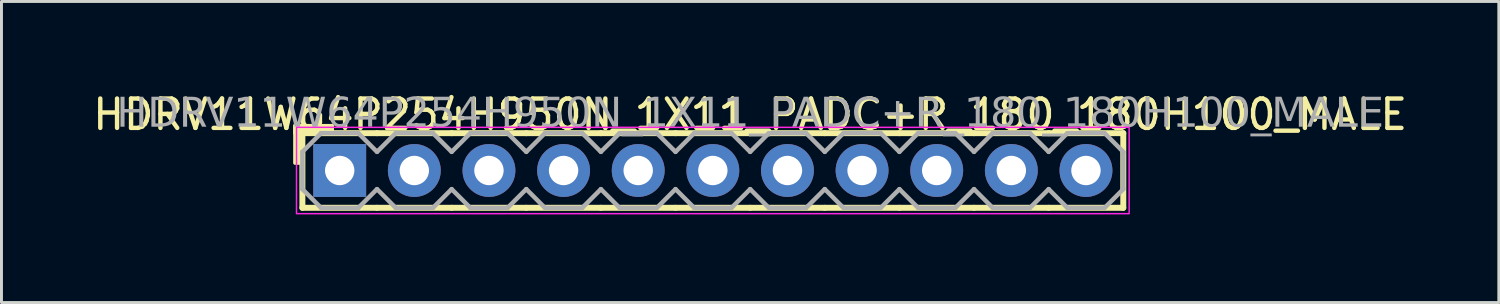
<source format=kicad_pcb>
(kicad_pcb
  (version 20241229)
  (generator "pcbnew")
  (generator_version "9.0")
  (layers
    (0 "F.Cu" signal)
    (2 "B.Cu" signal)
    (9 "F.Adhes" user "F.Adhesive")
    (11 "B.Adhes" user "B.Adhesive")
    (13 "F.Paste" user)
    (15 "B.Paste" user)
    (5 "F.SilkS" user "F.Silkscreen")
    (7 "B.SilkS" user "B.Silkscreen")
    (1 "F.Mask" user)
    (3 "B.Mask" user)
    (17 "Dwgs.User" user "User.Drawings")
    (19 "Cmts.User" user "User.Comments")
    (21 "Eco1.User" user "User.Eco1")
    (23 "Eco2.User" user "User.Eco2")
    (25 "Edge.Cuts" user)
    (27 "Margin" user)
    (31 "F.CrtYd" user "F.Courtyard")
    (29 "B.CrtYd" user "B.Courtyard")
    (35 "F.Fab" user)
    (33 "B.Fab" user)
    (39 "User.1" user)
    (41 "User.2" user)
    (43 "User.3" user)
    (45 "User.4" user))
  (footprint "HDRV11W64P254H950N_1X11_PADC+R_180_180H100_MALE"
    (layer "F.Cu")
    (at 21.212 2.753)
    (property "Reference" "HDRV11W64P254H950N_1X11_PADC+R_180_180H100_MALE" (at 1.27 -1.905 0) (layer "F.SilkS") (effects (font (size 1 1) (thickness 0.15))))
    (attr through_hole)
    (fp_line (start -13.97 1.27) (end -13.97 -1.27) (stroke (width 0.203) (type solid)) (layer "F.SilkS"))
    (fp_line (start -11.43 -1.27) (end -13.97 -1.27) (stroke (width 0.203) (type solid)) (layer "F.SilkS"))
    (fp_line (start -11.43 1.27) (end -13.97 1.27) (stroke (width 0.203) (type solid)) (layer "F.SilkS"))
    (fp_line (start -8.89 -1.27) (end -11.43 -1.27) (stroke (width 0.203) (type solid)) (layer "F.SilkS"))
    (fp_line (start -8.89 1.27) (end -11.43 1.27) (stroke (width 0.203) (type solid)) (layer "F.SilkS"))
    (fp_line (start -6.35 -1.27) (end -8.89 -1.27) (stroke (width 0.203) (type solid)) (layer "F.SilkS"))
    (fp_line (start -6.35 1.27) (end -8.89 1.27) (stroke (width 0.203) (type solid)) (layer "F.SilkS"))
    (fp_line (start -3.81 -1.27) (end -6.35 -1.27) (stroke (width 0.203) (type solid)) (layer "F.SilkS"))
    (fp_line (start -3.81 1.27) (end -6.35 1.27) (stroke (width 0.203) (type solid)) (layer "F.SilkS"))
    (fp_line (start -1.27 -1.27) (end -3.81 -1.27) (stroke (width 0.203) (type solid)) (layer "F.SilkS"))
    (fp_line (start -1.27 1.27) (end -3.81 1.27) (stroke (width 0.203) (type solid)) (layer "F.SilkS"))
    (fp_line (start 1.27 -1.27) (end -1.27 -1.27) (stroke (width 0.203) (type solid)) (layer "F.SilkS"))
    (fp_line (start 1.27 1.27) (end -1.27 1.27) (stroke (width 0.203) (type solid)) (layer "F.SilkS"))
    (fp_line (start 3.81 -1.27) (end 1.27 -1.27) (stroke (width 0.203) (type solid)) (layer "F.SilkS"))
    (fp_line (start 3.81 1.27) (end 1.27 1.27) (stroke (width 0.203) (type solid)) (layer "F.SilkS"))
    (fp_line (start 6.35 -1.27) (end 3.81 -1.27) (stroke (width 0.203) (type solid)) (layer "F.SilkS"))
    (fp_line (start 6.35 1.27) (end 3.81 1.27) (stroke (width 0.203) (type solid)) (layer "F.SilkS"))
    (fp_line (start 8.89 -1.27) (end 6.35 -1.27) (stroke (width 0.203) (type solid)) (layer "F.SilkS"))
    (fp_line (start 8.89 1.27) (end 6.35 1.27) (stroke (width 0.203) (type solid)) (layer "F.SilkS"))
    (fp_line (start 11.43 -1.27) (end 8.89 -1.27) (stroke (width 0.203) (type solid)) (layer "F.SilkS"))
    (fp_line (start 11.43 1.27) (end 8.89 1.27) (stroke (width 0.203) (type solid)) (layer "F.SilkS"))
    (fp_line (start 13.97 -1.27) (end 11.43 -1.27) (stroke (width 0.203) (type solid)) (layer "F.SilkS"))
    (fp_line (start 13.97 1.27) (end 11.43 1.27) (stroke (width 0.203) (type solid)) (layer "F.SilkS"))
    (fp_line (start 13.97 1.27) (end 13.97 -1.27) (stroke (width 0.203) (type solid)) (layer "F.SilkS"))
    (fp_rect (start -14.224 -0.254) (end -13.97 -1.524) (stroke (width 0.12) (type solid)) (fill yes) (layer "F.SilkS"))
    (fp_rect (start -12.954 -1.27) (end -14.224 -1.524) (stroke (width 0.12) (type solid)) (fill yes) (layer "F.SilkS"))
    (fp_rect (start -14.17 -1.47) (end 14.17 1.47) (stroke (width 0.05) (type default)) (fill no) (layer "F.CrtYd"))
    (fp_line (start -13.97 -0.635) (end -13.97 0.635) (stroke (width 0.152) (type solid)) (layer "F.Fab"))
    (fp_line (start -13.97 -0.635) (end -13.335 -1.27) (stroke (width 0.152) (type solid)) (layer "F.Fab"))
    (fp_line (start -13.335 -1.27) (end -12.065 -1.27) (stroke (width 0.152) (type solid)) (layer "F.Fab"))
    (fp_line (start -13.335 1.27) (end -13.97 0.635) (stroke (width 0.152) (type solid)) (layer "F.Fab"))
    (fp_line (start -12.065 -1.27) (end -11.43 -0.635) (stroke (width 0.152) (type solid)) (layer "F.Fab"))
    (fp_line (start -12.065 1.27) (end -13.335 1.27) (stroke (width 0.152) (type solid)) (layer "F.Fab"))
    (fp_line (start -11.43 -0.635) (end -10.795 -1.27) (stroke (width 0.152) (type solid)) (layer "F.Fab"))
    (fp_line (start -11.43 0.635) (end -12.065 1.27) (stroke (width 0.152) (type solid)) (layer "F.Fab"))
    (fp_line (start -10.795 -1.27) (end -9.525 -1.27) (stroke (width 0.152) (type solid)) (layer "F.Fab"))
    (fp_line (start -10.795 1.27) (end -11.43 0.635) (stroke (width 0.152) (type solid)) (layer "F.Fab"))
    (fp_line (start -9.525 -1.27) (end -8.89 -0.635) (stroke (width 0.152) (type solid)) (layer "F.Fab"))
    (fp_line (start -9.525 1.27) (end -10.795 1.27) (stroke (width 0.152) (type solid)) (layer "F.Fab"))
    (fp_line (start -8.89 -0.635) (end -8.255 -1.27) (stroke (width 0.152) (type solid)) (layer "F.Fab"))
    (fp_line (start -8.89 0.635) (end -9.525 1.27) (stroke (width 0.152) (type solid)) (layer "F.Fab"))
    (fp_line (start -8.255 -1.27) (end -6.985 -1.27) (stroke (width 0.152) (type solid)) (layer "F.Fab"))
    (fp_line (start -8.255 1.27) (end -8.89 0.635) (stroke (width 0.152) (type solid)) (layer "F.Fab"))
    (fp_line (start -6.985 -1.27) (end -6.35 -0.635) (stroke (width 0.152) (type solid)) (layer "F.Fab"))
    (fp_line (start -6.985 1.27) (end -8.255 1.27) (stroke (width 0.152) (type solid)) (layer "F.Fab"))
    (fp_line (start -6.35 -0.635) (end -5.715 -1.27) (stroke (width 0.152) (type solid)) (layer "F.Fab"))
    (fp_line (start -6.35 0.635) (end -6.985 1.27) (stroke (width 0.152) (type solid)) (layer "F.Fab"))
    (fp_line (start -5.715 -1.27) (end -4.445 -1.27) (stroke (width 0.152) (type solid)) (layer "F.Fab"))
    (fp_line (start -5.715 1.27) (end -6.35 0.635) (stroke (width 0.152) (type solid)) (layer "F.Fab"))
    (fp_line (start -4.445 -1.27) (end -3.81 -0.635) (stroke (width 0.152) (type solid)) (layer "F.Fab"))
    (fp_line (start -4.445 1.27) (end -5.715 1.27) (stroke (width 0.152) (type solid)) (layer "F.Fab"))
    (fp_line (start -3.81 -0.635) (end -3.175 -1.27) (stroke (width 0.152) (type solid)) (layer "F.Fab"))
    (fp_line (start -3.81 0.635) (end -4.445 1.27) (stroke (width 0.152) (type solid)) (layer "F.Fab"))
    (fp_line (start -3.175 -1.27) (end -1.905 -1.27) (stroke (width 0.152) (type solid)) (layer "F.Fab"))
    (fp_line (start -3.175 1.27) (end -3.81 0.635) (stroke (width 0.152) (type solid)) (layer "F.Fab"))
    (fp_line (start -1.905 -1.27) (end -1.27 -0.635) (stroke (width 0.152) (type solid)) (layer "F.Fab"))
    (fp_line (start -1.905 1.27) (end -3.175 1.27) (stroke (width 0.152) (type solid)) (layer "F.Fab"))
    (fp_line (start -1.27 -0.635) (end -0.635 -1.27) (stroke (width 0.152) (type solid)) (layer "F.Fab"))
    (fp_line (start -1.27 0.635) (end -1.905 1.27) (stroke (width 0.152) (type solid)) (layer "F.Fab"))
    (fp_line (start -0.635 -1.27) (end 0.635 -1.27) (stroke (width 0.152) (type solid)) (layer "F.Fab"))
    (fp_line (start -0.635 1.27) (end -1.27 0.635) (stroke (width 0.152) (type solid)) (layer "F.Fab"))
    (fp_line (start 0.635 -1.27) (end 1.27 -0.635) (stroke (width 0.152) (type solid)) (layer "F.Fab"))
    (fp_line (start 0.635 1.27) (end -0.635 1.27) (stroke (width 0.152) (type solid)) (layer "F.Fab"))
    (fp_line (start 1.27 -0.635) (end 1.905 -1.27) (stroke (width 0.152) (type solid)) (layer "F.Fab"))
    (fp_line (start 1.27 0.635) (end 0.635 1.27) (stroke (width 0.152) (type solid)) (layer "F.Fab"))
    (fp_line (start 1.905 -1.27) (end 3.175 -1.27) (stroke (width 0.152) (type solid)) (layer "F.Fab"))
    (fp_line (start 1.905 1.27) (end 1.27 0.635) (stroke (width 0.152) (type solid)) (layer "F.Fab"))
    (fp_line (start 3.175 -1.27) (end 3.81 -0.635) (stroke (width 0.152) (type solid)) (layer "F.Fab"))
    (fp_line (start 3.175 1.27) (end 1.905 1.27) (stroke (width 0.152) (type solid)) (layer "F.Fab"))
    (fp_line (start 3.81 -0.635) (end 4.445 -1.27) (stroke (width 0.152) (type solid)) (layer "F.Fab"))
    (fp_line (start 3.81 0.635) (end 3.175 1.27) (stroke (width 0.152) (type solid)) (layer "F.Fab"))
    (fp_line (start 4.445 -1.27) (end 5.715 -1.27) (stroke (width 0.152) (type solid)) (layer "F.Fab"))
    (fp_line (start 4.445 1.27) (end 3.81 0.635) (stroke (width 0.152) (type solid)) (layer "F.Fab"))
    (fp_line (start 5.715 -1.27) (end 6.35 -0.635) (stroke (width 0.152) (type solid)) (layer "F.Fab"))
    (fp_line (start 5.715 1.27) (end 4.445 1.27) (stroke (width 0.152) (type solid)) (layer "F.Fab"))
    (fp_line (start 6.35 -0.635) (end 6.985 -1.27) (stroke (width 0.152) (type solid)) (layer "F.Fab"))
    (fp_line (start 6.35 0.635) (end 5.715 1.27) (stroke (width 0.152) (type solid)) (layer "F.Fab"))
    (fp_line (start 6.985 -1.27) (end 8.255 -1.27) (stroke (width 0.152) (type solid)) (layer "F.Fab"))
    (fp_line (start 6.985 1.27) (end 6.35 0.635) (stroke (width 0.152) (type solid)) (layer "F.Fab"))
    (fp_line (start 8.255 -1.27) (end 8.89 -0.635) (stroke (width 0.152) (type solid)) (layer "F.Fab"))
    (fp_line (start 8.255 1.27) (end 6.985 1.27) (stroke (width 0.152) (type solid)) (layer "F.Fab"))
    (fp_line (start 8.89 -0.635) (end 9.525 -1.27) (stroke (width 0.152) (type solid)) (layer "F.Fab"))
    (fp_line (start 8.89 0.635) (end 8.255 1.27) (stroke (width 0.152) (type solid)) (layer "F.Fab"))
    (fp_line (start 9.525 -1.27) (end 10.795 -1.27) (stroke (width 0.152) (type solid)) (layer "F.Fab"))
    (fp_line (start 9.525 1.27) (end 8.89 0.635) (stroke (width 0.152) (type solid)) (layer "F.Fab"))
    (fp_line (start 10.795 -1.27) (end 11.43 -0.635) (stroke (width 0.152) (type solid)) (layer "F.Fab"))
    (fp_line (start 10.795 1.27) (end 9.525 1.27) (stroke (width 0.152) (type solid)) (layer "F.Fab"))
    (fp_line (start 11.43 -0.635) (end 12.065 -1.27) (stroke (width 0.152) (type solid)) (layer "F.Fab"))
    (fp_line (start 11.43 0.635) (end 10.795 1.27) (stroke (width 0.152) (type solid)) (layer "F.Fab"))
    (fp_line (start 12.065 -1.27) (end 13.335 -1.27) (stroke (width 0.152) (type solid)) (layer "F.Fab"))
    (fp_line (start 12.065 1.27) (end 11.43 0.635) (stroke (width 0.152) (type solid)) (layer "F.Fab"))
    (fp_line (start 13.335 -1.27) (end 13.97 -0.635) (stroke (width 0.152) (type solid)) (layer "F.Fab"))
    (fp_line (start 13.335 1.27) (end 12.065 1.27) (stroke (width 0.152) (type solid)) (layer "F.Fab"))
    (fp_line (start 13.97 -0.635) (end 13.97 0.635) (stroke (width 0.152) (type solid)) (layer "F.Fab"))
    (fp_line (start 13.97 0.635) (end 13.335 1.27) (stroke (width 0.152) (type solid)) (layer "F.Fab"))
    (fp_rect (start -12.446 -0.254) (end -12.954 0.254) (stroke (width 0.152) (type solid)) (fill no) (layer "F.Fab"))
    (fp_rect (start -9.906 -0.254) (end -10.414 0.254) (stroke (width 0.152) (type solid)) (fill no) (layer "F.Fab"))
    (fp_rect (start -7.366 -0.254) (end -7.874 0.254) (stroke (width 0.152) (type solid)) (fill no) (layer "F.Fab"))
    (fp_rect (start -4.826 -0.254) (end -5.334 0.254) (stroke (width 0.152) (type solid)) (fill no) (layer "F.Fab"))
    (fp_rect (start -2.286 -0.254) (end -2.794 0.254) (stroke (width 0.152) (type solid)) (fill no) (layer "F.Fab"))
    (fp_rect (start 0.254 -0.254) (end -0.254 0.254) (stroke (width 0.152) (type solid)) (fill no) (layer "F.Fab"))
    (fp_rect (start 2.794 -0.254) (end 2.286 0.254) (stroke (width 0.152) (type solid)) (fill no) (layer "F.Fab"))
    (fp_rect (start 5.334 -0.254) (end 4.826 0.254) (stroke (width 0.152) (type solid)) (fill no) (layer "F.Fab"))
    (fp_rect (start 7.874 -0.254) (end 7.366 0.254) (stroke (width 0.152) (type solid)) (fill no) (layer "F.Fab"))
    (fp_rect (start 10.414 -0.254) (end 9.906 0.254) (stroke (width 0.152) (type solid)) (fill no) (layer "F.Fab"))
    (fp_rect (start 12.954 -0.254) (end 12.446 0.254) (stroke (width 0.152) (type solid)) (fill no) (layer "F.Fab"))
    (fp_text user "${REFERENCE}" (at 1.27 -1.905 0) (layer "F.Fab") (effects (font (face "Tahoma") (size 1 1) (thickness 0.15))))
    (pad "1" thru_hole rect (at -12.7 0) (size 1.8 1.8) (drill 1) (layers "*.Cu" "*.Mask"))
    (pad "2" thru_hole circle (at -10.16 0) (size 1.8 1.8) (drill 1) (layers "*.Cu" "*.Mask"))
    (pad "3" thru_hole circle (at -7.62 0) (size 1.8 1.8) (drill 1) (layers "*.Cu" "*.Mask"))
    (pad "4" thru_hole circle (at -5.08 0) (size 1.8 1.8) (drill 1) (layers "*.Cu" "*.Mask"))
    (pad "5" thru_hole circle (at -2.54 0) (size 1.8 1.8) (drill 1) (layers "*.Cu" "*.Mask"))
    (pad "6" thru_hole circle (at 0 0) (size 1.8 1.8) (drill 1) (layers "*.Cu" "*.Mask"))
    (pad "7" thru_hole circle (at 2.54 0) (size 1.8 1.8) (drill 1) (layers "*.Cu" "*.Mask"))
    (pad "8" thru_hole circle (at 5.08 0) (size 1.8 1.8) (drill 1) (layers "*.Cu" "*.Mask"))
    (pad "9" thru_hole circle (at 7.62 0) (size 1.8 1.8) (drill 1) (layers "*.Cu" "*.Mask"))
    (pad "10" thru_hole circle (at 10.16 0) (size 1.8 1.8) (drill 1) (layers "*.Cu" "*.Mask"))
    (pad "11" thru_hole circle (at 12.7 0) (size 1.8 1.8) (drill 1) (layers "*.Cu" "*.Mask")))
  (gr_rect
    (start -3 -3)
    (end 47.964 7.248)
    (stroke (width 0.1) (type default))
    (fill no)
    (layer "Edge.Cuts")))
</source>
